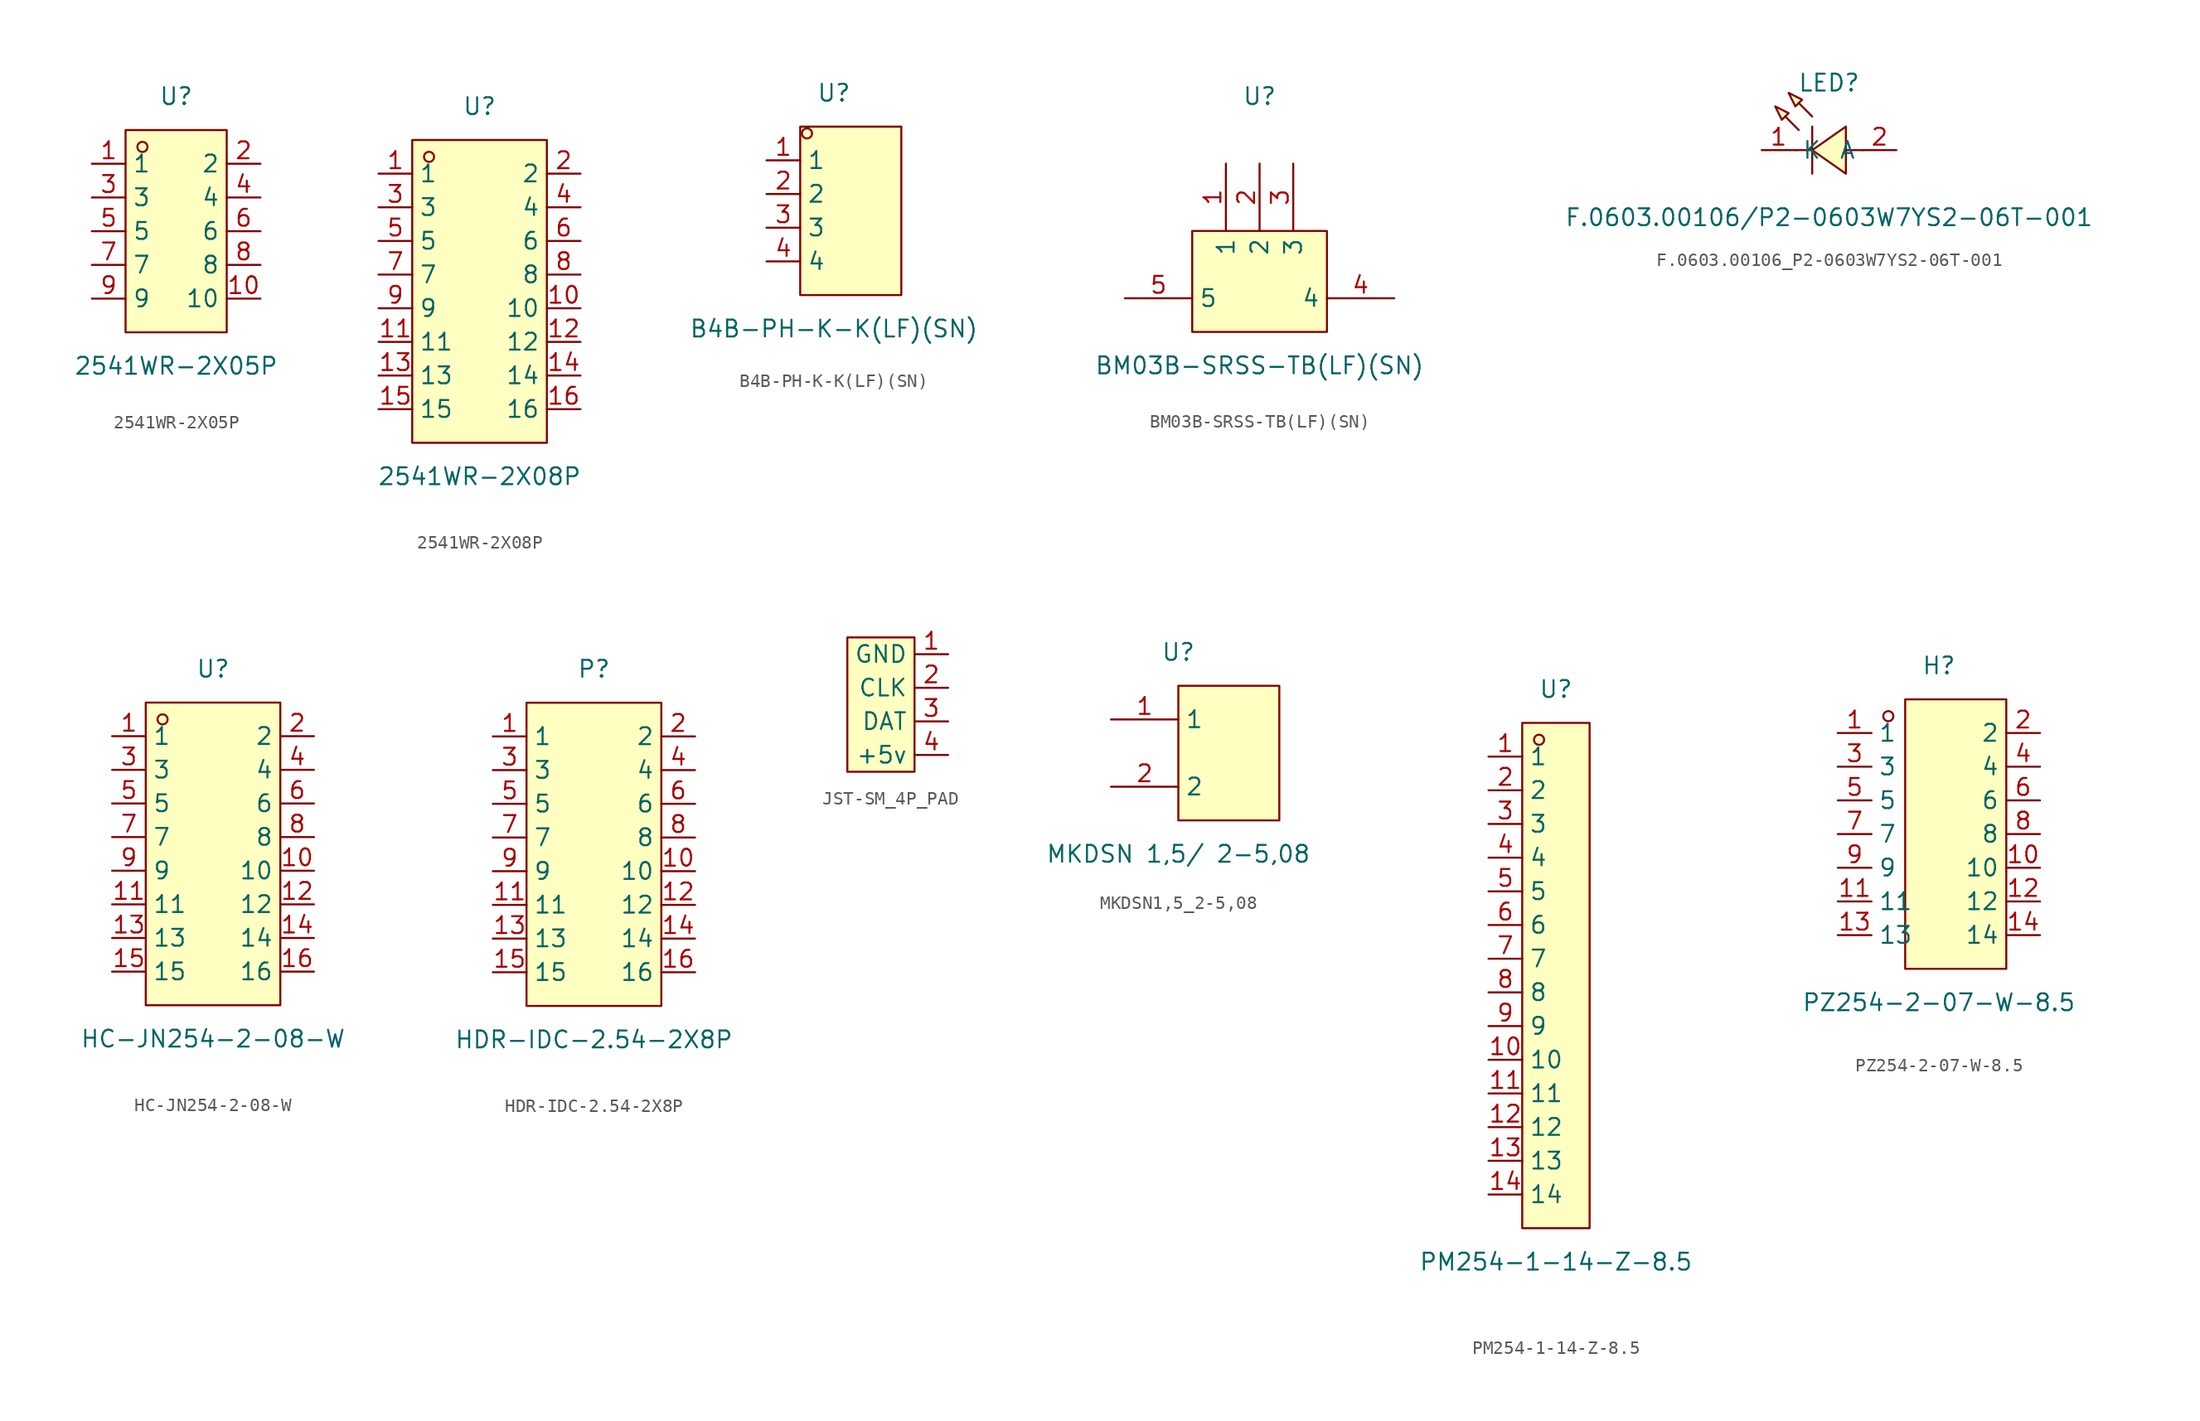
<source format=kicad_sym>
(kicad_symbol_lib
  (version 20241209)
  (generator "kicad_symbol_editor")
  (generator_version "9.0")
  (symbol "2541WR-2X05P"
    (property "Reference" "U"
      (at 0 10.16 0)
      (effects (font (size 1.27 1.27))))
    (property "Value" "2541WR-2X05P"
      (at 0 -10.16 0)
      (effects (font (size 1.27 1.27))))
    (symbol "2541WR-2X05P_0_1"
      (rectangle (start -3.81 7.62) (end 3.81 -7.62) (stroke (width 0) (type default) (color 0 0 0 0)) (fill (type background)))
      (circle (center -2.54 6.35) (radius 0.38) (stroke (width 0) (type default) (color 0 0 0 0)) (fill (type none)))
      (pin unspecified line (at -6.35 5.08 0) (length 2.54) (name "1" (effects (font (size 1.27 1.27)))) (number "1" (effects (font (size 1.27 1.27)))))
      (pin unspecified line (at 6.35 -5.08 180) (length 2.54) (name "10" (effects (font (size 1.27 1.27)))) (number "10" (effects (font (size 1.27 1.27)))))
      (pin unspecified line (at -6.35 2.54 0) (length 2.54) (name "3" (effects (font (size 1.27 1.27)))) (number "3" (effects (font (size 1.27 1.27)))))
      (pin unspecified line (at 6.35 -2.54 180) (length 2.54) (name "8" (effects (font (size 1.27 1.27)))) (number "8" (effects (font (size 1.27 1.27)))))
      (pin unspecified line (at -6.35 -0.00 0) (length 2.54) (name "5" (effects (font (size 1.27 1.27)))) (number "5" (effects (font (size 1.27 1.27)))))
      (pin unspecified line (at 6.35 -0.00 180) (length 2.54) (name "6" (effects (font (size 1.27 1.27)))) (number "6" (effects (font (size 1.27 1.27)))))
      (pin unspecified line (at -6.35 -2.54 0) (length 2.54) (name "7" (effects (font (size 1.27 1.27)))) (number "7" (effects (font (size 1.27 1.27)))))
      (pin unspecified line (at 6.35 2.54 180) (length 2.54) (name "4" (effects (font (size 1.27 1.27)))) (number "4" (effects (font (size 1.27 1.27)))))
      (pin unspecified line (at -6.35 -5.08 0) (length 2.54) (name "9" (effects (font (size 1.27 1.27)))) (number "9" (effects (font (size 1.27 1.27)))))
      (pin unspecified line (at 6.35 5.08 180) (length 2.54) (name "2" (effects (font (size 1.27 1.27)))) (number "2" (effects (font (size 1.27 1.27)))))))
  (symbol "2541WR-2X08P"
    (property "Reference" "U"
      (at 0 13.97 0)
      (effects (font (size 1.27 1.27))))
    (property "Value" "2541WR-2X08P"
      (at 0 -13.97 0)
      (effects (font (size 1.27 1.27))))
    (symbol "2541WR-2X08P_0_1"
      (rectangle (start -5.08 11.43) (end 5.08 -11.43) (stroke (width 0) (type default) (color 0 0 0 0)) (fill (type background)))
      (circle (center -3.81 10.16) (radius 0.38) (stroke (width 0) (type default) (color 0 0 0 0)) (fill (type none)))
      (pin unspecified line (at -7.62 8.89 0) (length 2.54) (name "1" (effects (font (size 1.27 1.27)))) (number "1" (effects (font (size 1.27 1.27)))))
      (pin unspecified line (at 7.62 -8.89 180) (length 2.54) (name "16" (effects (font (size 1.27 1.27)))) (number "16" (effects (font (size 1.27 1.27)))))
      (pin unspecified line (at -7.62 6.35 0) (length 2.54) (name "3" (effects (font (size 1.27 1.27)))) (number "3" (effects (font (size 1.27 1.27)))))
      (pin unspecified line (at 7.62 -6.35 180) (length 2.54) (name "14" (effects (font (size 1.27 1.27)))) (number "14" (effects (font (size 1.27 1.27)))))
      (pin unspecified line (at -7.62 3.81 0) (length 2.54) (name "5" (effects (font (size 1.27 1.27)))) (number "5" (effects (font (size 1.27 1.27)))))
      (pin unspecified line (at 7.62 -3.81 180) (length 2.54) (name "12" (effects (font (size 1.27 1.27)))) (number "12" (effects (font (size 1.27 1.27)))))
      (pin unspecified line (at -7.62 1.27 0) (length 2.54) (name "7" (effects (font (size 1.27 1.27)))) (number "7" (effects (font (size 1.27 1.27)))))
      (pin unspecified line (at 7.62 -1.27 180) (length 2.54) (name "10" (effects (font (size 1.27 1.27)))) (number "10" (effects (font (size 1.27 1.27)))))
      (pin unspecified line (at -7.62 -1.27 0) (length 2.54) (name "9" (effects (font (size 1.27 1.27)))) (number "9" (effects (font (size 1.27 1.27)))))
      (pin unspecified line (at 7.62 1.27 180) (length 2.54) (name "8" (effects (font (size 1.27 1.27)))) (number "8" (effects (font (size 1.27 1.27)))))
      (pin unspecified line (at -7.62 -3.81 0) (length 2.54) (name "11" (effects (font (size 1.27 1.27)))) (number "11" (effects (font (size 1.27 1.27)))))
      (pin unspecified line (at 7.62 3.81 180) (length 2.54) (name "6" (effects (font (size 1.27 1.27)))) (number "6" (effects (font (size 1.27 1.27)))))
      (pin unspecified line (at -7.62 -6.35 0) (length 2.54) (name "13" (effects (font (size 1.27 1.27)))) (number "13" (effects (font (size 1.27 1.27)))))
      (pin unspecified line (at 7.62 6.35 180) (length 2.54) (name "4" (effects (font (size 1.27 1.27)))) (number "4" (effects (font (size 1.27 1.27)))))
      (pin unspecified line (at -7.62 -8.89 0) (length 2.54) (name "15" (effects (font (size 1.27 1.27)))) (number "15" (effects (font (size 1.27 1.27)))))
      (pin unspecified line (at 7.62 8.89 180) (length 2.54) (name "2" (effects (font (size 1.27 1.27)))) (number "2" (effects (font (size 1.27 1.27)))))))
  (symbol "B4B-PH-K-K(LF)(SN)"
    (property "Reference" "U"
      (at 0 10.16 0)
      (effects (font (size 1.27 1.27))))
    (property "Value" "B4B-PH-K-K(LF)(SN)"
      (at 0 -7.62 0)
      (effects (font (size 1.27 1.27))))
    (symbol "B4B-PH-K-K(LF)(SN)_0_1"
      (rectangle (start -2.54 7.62) (end 5.08 -5.08) (stroke (width 0) (type default) (color 0 0 0 0)) (fill (type background)))
      (circle (center -2.03 7.11) (radius 0.38) (stroke (width 0) (type default) (color 0 0 0 0)) (fill (type none)))
      (pin unspecified line (at -5.08 -2.54 0) (length 2.54) (name "4" (effects (font (size 1.27 1.27)))) (number "4" (effects (font (size 1.27 1.27)))))
      (pin unspecified line (at -5.08 -0.00 0) (length 2.54) (name "3" (effects (font (size 1.27 1.27)))) (number "3" (effects (font (size 1.27 1.27)))))
      (pin unspecified line (at -5.08 2.54 0) (length 2.54) (name "2" (effects (font (size 1.27 1.27)))) (number "2" (effects (font (size 1.27 1.27)))))
      (pin unspecified line (at -5.08 5.08 0) (length 2.54) (name "1" (effects (font (size 1.27 1.27)))) (number "1" (effects (font (size 1.27 1.27)))))))
  (symbol "BM03B-SRSS-TB(LF)(SN)"
    (property "Reference" "U"
      (at 0 10.16 0)
      (effects (font (size 1.27 1.27))))
    (property "Value" "BM03B-SRSS-TB(LF)(SN)"
      (at 0 -10.16 0)
      (effects (font (size 1.27 1.27))))
    (symbol "BM03B-SRSS-TB(LF)(SN)_0_1"
      (rectangle (start -5.08 0) (end 5.08 -7.62) (stroke (width 0) (type default)) (fill (type background)))
      (pin unspecified line (at -10.16 -5.08 0) (length 5.08) (name "5" (effects (font (size 1.27 1.27)))) (number "5" (effects (font (size 1.27 1.27)))))
      (pin unspecified line (at -2.54 5.08 270) (length 5.08) (name "1" (effects (font (size 1.27 1.27)))) (number "1" (effects (font (size 1.27 1.27)))))
      (pin unspecified line (at 0 5.08 270) (length 5.08) (name "2" (effects (font (size 1.27 1.27)))) (number "2" (effects (font (size 1.27 1.27)))))
      (pin unspecified line (at 2.54 5.08 270) (length 5.08) (name "3" (effects (font (size 1.27 1.27)))) (number "3" (effects (font (size 1.27 1.27)))))
      (pin unspecified line (at 10.16 -5.08 180) (length 5.08) (name "4" (effects (font (size 1.27 1.27)))) (number "4" (effects (font (size 1.27 1.27)))))))
  (symbol "F.0603.00106_P2-0603W7YS2-06T-001"
    (property "Reference" "LED"
      (at 0 5.08 0)
      (effects (font (size 1.27 1.27))))
    (property "Value" "F.0603.00106/P2-0603W7YS2-06T-001"
      (at 0 -5.08 0)
      (effects (font (size 1.27 1.27))))
    (symbol "F.0603.00106_P2-0603W7YS2-06T-001_0_1"
      (polyline (pts (xy -4.06 3.3) (xy -3.05 2.79) (xy -3.56 2.29) (xy -4.06 3.3)) (stroke (width 0) (type default)) (fill (type background)))
      (polyline (pts (xy -3.05 4.32) (xy -2.03 3.81) (xy -2.54 3.3) (xy -3.05 4.32)) (stroke (width 0) (type default)) (fill (type background)))
      (polyline (pts (xy -2.29 1.52) (xy -3.3 2.54) (xy -2.29 1.52)) (stroke (width 0) (type default)) (fill (type background)))
      (polyline (pts (xy -1.27 2.54) (xy -2.29 3.56) (xy -1.27 2.54)) (stroke (width 0) (type default)) (fill (type background)))
      (polyline (pts (xy -1.27 1.78) (xy -1.27 -1.78)) (stroke (width 0) (type default)) (fill (type none)))
      (polyline (pts (xy -1.27 0) (xy -2.54 0)) (stroke (width 0) (type default)) (fill (type none)))
      (polyline (pts (xy 1.27 1.78) (xy -1.27 0) (xy 1.27 -1.78) (xy 1.27 1.78)) (stroke (width 0) (type default)) (fill (type background)))
      (polyline (pts (xy 2.54 0) (xy 1.27 0)) (stroke (width 0) (type default)) (fill (type none)))
      (pin unspecified line (at -5.08 0 0) (length 2.54) (name "K" (effects (font (size 1.27 1.27)))) (number "1" (effects (font (size 1.27 1.27)))))
      (pin unspecified line (at 5.08 0 180) (length 2.54) (name "A" (effects (font (size 1.27 1.27)))) (number "2" (effects (font (size 1.27 1.27)))))))
  (symbol "HC-JN254-2-08-W"
    (property "Reference" "U"
      (at 0 13.97 0)
      (effects (font (size 1.27 1.27))))
    (property "Value" "HC-JN254-2-08-W"
      (at 0 -13.97 0)
      (effects (font (size 1.27 1.27))))
    (symbol "HC-JN254-2-08-W_0_1"
      (rectangle (start -5.08 11.43) (end 5.08 -11.43) (stroke (width 0) (type default) (color 0 0 0 0)) (fill (type background)))
      (circle (center -3.81 10.16) (radius 0.38) (stroke (width 0) (type default) (color 0 0 0 0)) (fill (type none)))
      (pin unspecified line (at -7.62 8.89 0) (length 2.54) (name "1" (effects (font (size 1.27 1.27)))) (number "1" (effects (font (size 1.27 1.27)))))
      (pin unspecified line (at 7.62 -8.89 180) (length 2.54) (name "16" (effects (font (size 1.27 1.27)))) (number "16" (effects (font (size 1.27 1.27)))))
      (pin unspecified line (at -7.62 6.35 0) (length 2.54) (name "3" (effects (font (size 1.27 1.27)))) (number "3" (effects (font (size 1.27 1.27)))))
      (pin unspecified line (at 7.62 -6.35 180) (length 2.54) (name "14" (effects (font (size 1.27 1.27)))) (number "14" (effects (font (size 1.27 1.27)))))
      (pin unspecified line (at -7.62 3.81 0) (length 2.54) (name "5" (effects (font (size 1.27 1.27)))) (number "5" (effects (font (size 1.27 1.27)))))
      (pin unspecified line (at 7.62 -3.81 180) (length 2.54) (name "12" (effects (font (size 1.27 1.27)))) (number "12" (effects (font (size 1.27 1.27)))))
      (pin unspecified line (at -7.62 1.27 0) (length 2.54) (name "7" (effects (font (size 1.27 1.27)))) (number "7" (effects (font (size 1.27 1.27)))))
      (pin unspecified line (at 7.62 -1.27 180) (length 2.54) (name "10" (effects (font (size 1.27 1.27)))) (number "10" (effects (font (size 1.27 1.27)))))
      (pin unspecified line (at -7.62 -1.27 0) (length 2.54) (name "9" (effects (font (size 1.27 1.27)))) (number "9" (effects (font (size 1.27 1.27)))))
      (pin unspecified line (at 7.62 1.27 180) (length 2.54) (name "8" (effects (font (size 1.27 1.27)))) (number "8" (effects (font (size 1.27 1.27)))))
      (pin unspecified line (at -7.62 -3.81 0) (length 2.54) (name "11" (effects (font (size 1.27 1.27)))) (number "11" (effects (font (size 1.27 1.27)))))
      (pin unspecified line (at 7.62 3.81 180) (length 2.54) (name "6" (effects (font (size 1.27 1.27)))) (number "6" (effects (font (size 1.27 1.27)))))
      (pin unspecified line (at -7.62 -6.35 0) (length 2.54) (name "13" (effects (font (size 1.27 1.27)))) (number "13" (effects (font (size 1.27 1.27)))))
      (pin unspecified line (at 7.62 6.35 180) (length 2.54) (name "4" (effects (font (size 1.27 1.27)))) (number "4" (effects (font (size 1.27 1.27)))))
      (pin unspecified line (at -7.62 -8.89 0) (length 2.54) (name "15" (effects (font (size 1.27 1.27)))) (number "15" (effects (font (size 1.27 1.27)))))
      (pin unspecified line (at 7.62 8.89 180) (length 2.54) (name "2" (effects (font (size 1.27 1.27)))) (number "2" (effects (font (size 1.27 1.27)))))))
  (symbol "HDR-IDC-2.54-2X8P"
    (property "Reference" "P"
      (at 0 13.97 0)
      (effects (font (size 1.27 1.27))))
    (property "Value" "HDR-IDC-2.54-2X8P"
      (at 0 -13.97 0)
      (effects (font (size 1.27 1.27))))
    (symbol "HDR-IDC-2.54-2X8P_0_1"
      (rectangle (start -5.08 11.43) (end 5.08 -11.43) (stroke (width 0) (type default)) (fill (type background)))
      (pin unspecified line (at -7.62 8.89 0) (length 2.54) (name "1" (effects (font (size 1.27 1.27)))) (number "1" (effects (font (size 1.27 1.27)))))
      (pin unspecified line (at -7.62 6.35 0) (length 2.54) (name "3" (effects (font (size 1.27 1.27)))) (number "3" (effects (font (size 1.27 1.27)))))
      (pin unspecified line (at -7.62 3.81 0) (length 2.54) (name "5" (effects (font (size 1.27 1.27)))) (number "5" (effects (font (size 1.27 1.27)))))
      (pin unspecified line (at -7.62 1.27 0) (length 2.54) (name "7" (effects (font (size 1.27 1.27)))) (number "7" (effects (font (size 1.27 1.27)))))
      (pin unspecified line (at -7.62 -1.27 0) (length 2.54) (name "9" (effects (font (size 1.27 1.27)))) (number "9" (effects (font (size 1.27 1.27)))))
      (pin unspecified line (at -7.62 -3.81 0) (length 2.54) (name "11" (effects (font (size 1.27 1.27)))) (number "11" (effects (font (size 1.27 1.27)))))
      (pin unspecified line (at -7.62 -6.35 0) (length 2.54) (name "13" (effects (font (size 1.27 1.27)))) (number "13" (effects (font (size 1.27 1.27)))))
      (pin unspecified line (at -7.62 -8.89 0) (length 2.54) (name "15" (effects (font (size 1.27 1.27)))) (number "15" (effects (font (size 1.27 1.27)))))
      (pin unspecified line (at 7.62 8.89 180) (length 2.54) (name "2" (effects (font (size 1.27 1.27)))) (number "2" (effects (font (size 1.27 1.27)))))
      (pin unspecified line (at 7.62 6.35 180) (length 2.54) (name "4" (effects (font (size 1.27 1.27)))) (number "4" (effects (font (size 1.27 1.27)))))
      (pin unspecified line (at 7.62 3.81 180) (length 2.54) (name "6" (effects (font (size 1.27 1.27)))) (number "6" (effects (font (size 1.27 1.27)))))
      (pin unspecified line (at 7.62 1.27 180) (length 2.54) (name "8" (effects (font (size 1.27 1.27)))) (number "8" (effects (font (size 1.27 1.27)))))
      (pin unspecified line (at 7.62 -1.27 180) (length 2.54) (name "10" (effects (font (size 1.27 1.27)))) (number "10" (effects (font (size 1.27 1.27)))))
      (pin unspecified line (at 7.62 -3.81 180) (length 2.54) (name "12" (effects (font (size 1.27 1.27)))) (number "12" (effects (font (size 1.27 1.27)))))
      (pin unspecified line (at 7.62 -6.35 180) (length 2.54) (name "14" (effects (font (size 1.27 1.27)))) (number "14" (effects (font (size 1.27 1.27)))))
      (pin unspecified line (at 7.62 -8.89 180) (length 2.54) (name "16" (effects (font (size 1.27 1.27)))) (number "16" (effects (font (size 1.27 1.27)))))))
  (symbol "JST-SM_4P_PAD"
    (property "Reference" "U"
      (at 4.318 -3.81 0)
      (effects (font (size 1.27 1.27)) (hide yes)))
    (property "Value" ""
      (at 0 0 0)
      (effects (font (size 1.27 1.27))))
    (symbol "JST-SM_4P_PAD_1_1"
      (rectangle (start 1.27 7.62) (end 6.35 -2.54) (stroke (width 0) (type solid)) (fill (type background)))
      (pin input line (at 8.89 6.35 180) (length 2.54) (name "GND" (effects (font (size 1.27 1.27)))) (number "1" (effects (font (size 1.27 1.27)))))
      (pin input line (at 8.89 3.81 180) (length 2.54) (name "CLK" (effects (font (size 1.27 1.27)))) (number "2" (effects (font (size 1.27 1.27)))))
      (pin input line (at 8.89 1.27 180) (length 2.54) (name "DAT" (effects (font (size 1.27 1.27)))) (number "3" (effects (font (size 1.27 1.27)))))
      (pin input line (at 8.89 -1.27 180) (length 2.54) (name "+5v" (effects (font (size 1.27 1.27)))) (number "4" (effects (font (size 1.27 1.27)))))))
  (symbol "MKDSN1,5_2-5,08"
    (property "Reference" "U"
      (at 0 7.62 0)
      (effects (font (size 1.27 1.27))))
    (property "Value" "MKDSN 1,5/ 2-5,08"
      (at 0 -7.62 0)
      (effects (font (size 1.27 1.27))))
    (symbol "MKDSN1,5_2-5,08_0_1"
      (rectangle (start 0.00 5.08) (end 7.62 -5.08) (stroke (width 0) (type default) (color 0 0 0 0)) (fill (type background)))
      (pin unspecified line (at -5.08 -2.54 0) (length 5.08) (name "2" (effects (font (size 1.27 1.27)))) (number "2" (effects (font (size 1.27 1.27)))))
      (pin unspecified line (at -5.08 2.54 0) (length 5.08) (name "1" (effects (font (size 1.27 1.27)))) (number "1" (effects (font (size 1.27 1.27)))))))
  (symbol "PM254-1-14-Z-8.5"
    (property "Reference" "U"
      (at 0 21.59 0)
      (effects (font (size 1.27 1.27))))
    (property "Value" "PM254-1-14-Z-8.5"
      (at 0 -21.59 0)
      (effects (font (size 1.27 1.27))))
    (symbol "PM254-1-14-Z-8.5_0_1"
      (rectangle (start -2.54 19.05) (end 2.54 -19.05) (stroke (width 0) (type default)) (fill (type background)))
      (circle (center -1.27 17.78) (radius 0.38) (stroke (width 0) (type default)) (fill (type none)))
      (pin unspecified line (at -5.08 16.51 0) (length 2.54) (name "1" (effects (font (size 1.27 1.27)))) (number "1" (effects (font (size 1.27 1.27)))))
      (pin unspecified line (at -5.08 13.97 0) (length 2.54) (name "2" (effects (font (size 1.27 1.27)))) (number "2" (effects (font (size 1.27 1.27)))))
      (pin unspecified line (at -5.08 11.43 0) (length 2.54) (name "3" (effects (font (size 1.27 1.27)))) (number "3" (effects (font (size 1.27 1.27)))))
      (pin unspecified line (at -5.08 8.89 0) (length 2.54) (name "4" (effects (font (size 1.27 1.27)))) (number "4" (effects (font (size 1.27 1.27)))))
      (pin unspecified line (at -5.08 6.35 0) (length 2.54) (name "5" (effects (font (size 1.27 1.27)))) (number "5" (effects (font (size 1.27 1.27)))))
      (pin unspecified line (at -5.08 3.81 0) (length 2.54) (name "6" (effects (font (size 1.27 1.27)))) (number "6" (effects (font (size 1.27 1.27)))))
      (pin unspecified line (at -5.08 1.27 0) (length 2.54) (name "7" (effects (font (size 1.27 1.27)))) (number "7" (effects (font (size 1.27 1.27)))))
      (pin unspecified line (at -5.08 -1.27 0) (length 2.54) (name "8" (effects (font (size 1.27 1.27)))) (number "8" (effects (font (size 1.27 1.27)))))
      (pin unspecified line (at -5.08 -3.81 0) (length 2.54) (name "9" (effects (font (size 1.27 1.27)))) (number "9" (effects (font (size 1.27 1.27)))))
      (pin unspecified line (at -5.08 -6.35 0) (length 2.54) (name "10" (effects (font (size 1.27 1.27)))) (number "10" (effects (font (size 1.27 1.27)))))
      (pin unspecified line (at -5.08 -8.89 0) (length 2.54) (name "11" (effects (font (size 1.27 1.27)))) (number "11" (effects (font (size 1.27 1.27)))))
      (pin unspecified line (at -5.08 -11.43 0) (length 2.54) (name "12" (effects (font (size 1.27 1.27)))) (number "12" (effects (font (size 1.27 1.27)))))
      (pin unspecified line (at -5.08 -13.97 0) (length 2.54) (name "13" (effects (font (size 1.27 1.27)))) (number "13" (effects (font (size 1.27 1.27)))))
      (pin unspecified line (at -5.08 -16.51 0) (length 2.54) (name "14" (effects (font (size 1.27 1.27)))) (number "14" (effects (font (size 1.27 1.27)))))))
  (symbol "PZ254-2-07-W-8.5"
    (property "Reference" "H"
      (at 0 12.7 0)
      (effects (font (size 1.27 1.27))))
    (property "Value" "PZ254-2-07-W-8.5"
      (at 0 -12.7 0)
      (effects (font (size 1.27 1.27))))
    (symbol "PZ254-2-07-W-8.5_0_1"
      (rectangle (start -2.54 10.16) (end 5.08 -10.16) (stroke (width 0) (type default)) (fill (type background)))
      (circle (center -3.81 8.89) (radius 0.38) (stroke (width 0) (type default)) (fill (type none)))
      (pin unspecified line (at -7.62 7.62 0) (length 2.54) (name "1" (effects (font (size 1.27 1.27)))) (number "1" (effects (font (size 1.27 1.27)))))
      (pin unspecified line (at -7.62 5.08 0) (length 2.54) (name "3" (effects (font (size 1.27 1.27)))) (number "3" (effects (font (size 1.27 1.27)))))
      (pin unspecified line (at -7.62 2.54 0) (length 2.54) (name "5" (effects (font (size 1.27 1.27)))) (number "5" (effects (font (size 1.27 1.27)))))
      (pin unspecified line (at -7.62 0 0) (length 2.54) (name "7" (effects (font (size 1.27 1.27)))) (number "7" (effects (font (size 1.27 1.27)))))
      (pin unspecified line (at -7.62 -2.54 0) (length 2.54) (name "9" (effects (font (size 1.27 1.27)))) (number "9" (effects (font (size 1.27 1.27)))))
      (pin unspecified line (at -7.62 -5.08 0) (length 2.54) (name "11" (effects (font (size 1.27 1.27)))) (number "11" (effects (font (size 1.27 1.27)))))
      (pin unspecified line (at -7.62 -7.62 0) (length 2.54) (name "13" (effects (font (size 1.27 1.27)))) (number "13" (effects (font (size 1.27 1.27)))))
      (pin unspecified line (at 7.62 7.62 180) (length 2.54) (name "2" (effects (font (size 1.27 1.27)))) (number "2" (effects (font (size 1.27 1.27)))))
      (pin unspecified line (at 7.62 5.08 180) (length 2.54) (name "4" (effects (font (size 1.27 1.27)))) (number "4" (effects (font (size 1.27 1.27)))))
      (pin unspecified line (at 7.62 2.54 180) (length 2.54) (name "6" (effects (font (size 1.27 1.27)))) (number "6" (effects (font (size 1.27 1.27)))))
      (pin unspecified line (at 7.62 0 180) (length 2.54) (name "8" (effects (font (size 1.27 1.27)))) (number "8" (effects (font (size 1.27 1.27)))))
      (pin unspecified line (at 7.62 -2.54 180) (length 2.54) (name "10" (effects (font (size 1.27 1.27)))) (number "10" (effects (font (size 1.27 1.27)))))
      (pin unspecified line (at 7.62 -5.08 180) (length 2.54) (name "12" (effects (font (size 1.27 1.27)))) (number "12" (effects (font (size 1.27 1.27)))))
      (pin unspecified line (at 7.62 -7.62 180) (length 2.54) (name "14" (effects (font (size 1.27 1.27)))) (number "14" (effects (font (size 1.27 1.27))))))))
</source>
